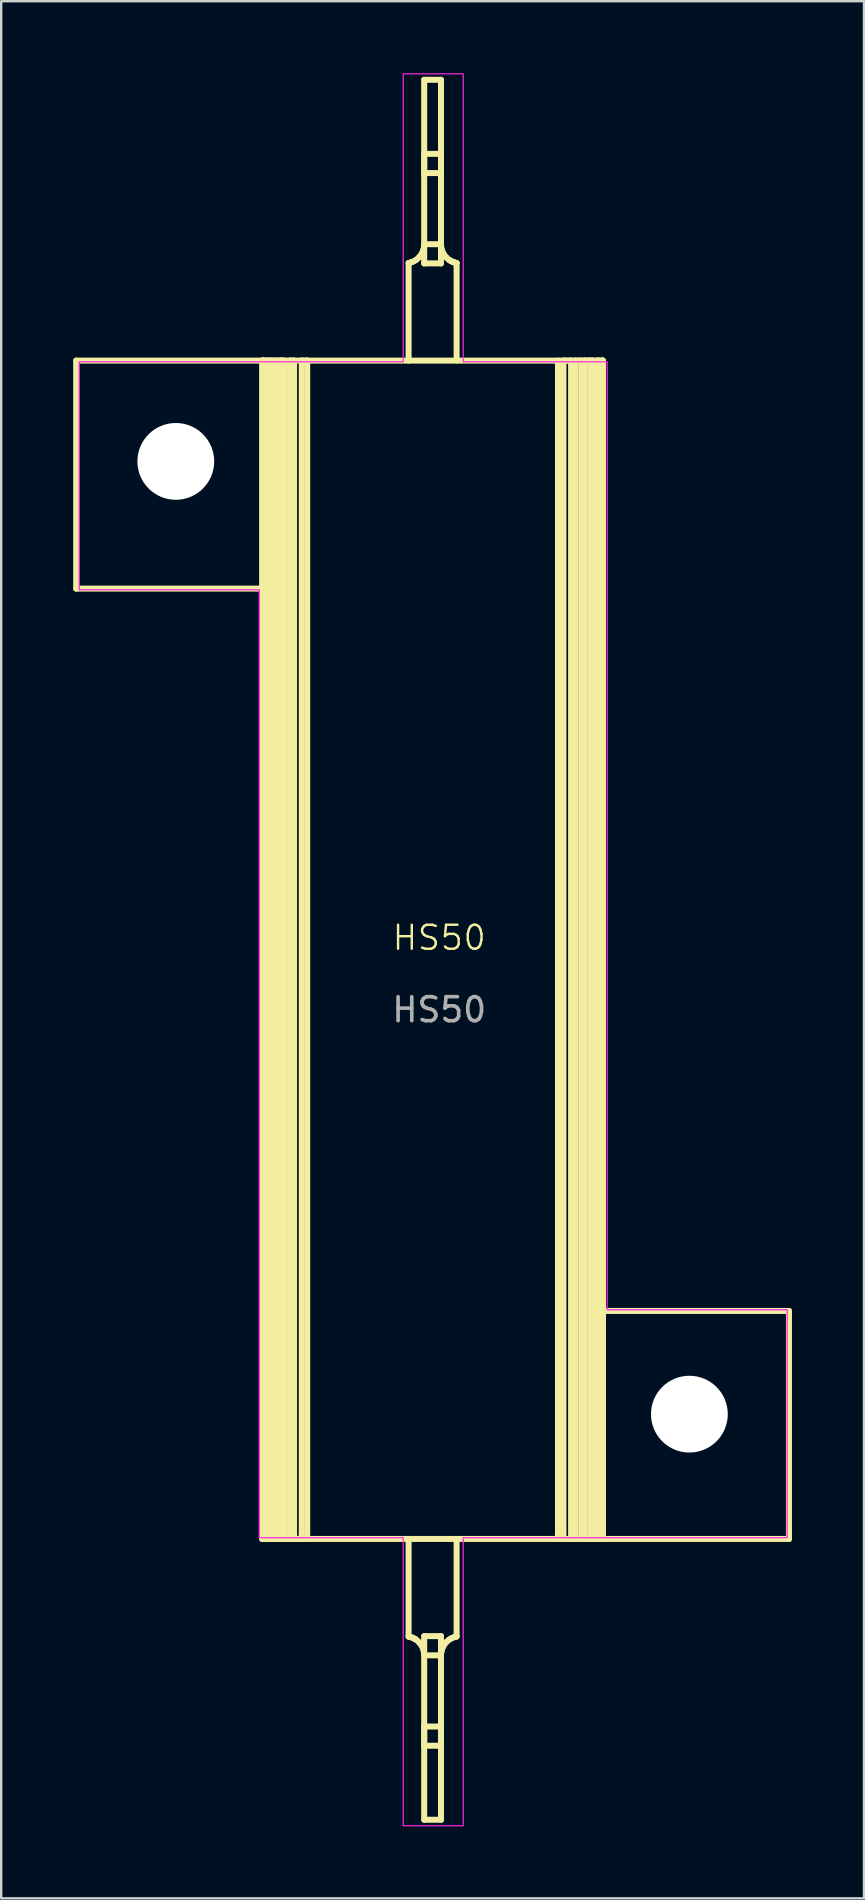
<source format=kicad_pcb>
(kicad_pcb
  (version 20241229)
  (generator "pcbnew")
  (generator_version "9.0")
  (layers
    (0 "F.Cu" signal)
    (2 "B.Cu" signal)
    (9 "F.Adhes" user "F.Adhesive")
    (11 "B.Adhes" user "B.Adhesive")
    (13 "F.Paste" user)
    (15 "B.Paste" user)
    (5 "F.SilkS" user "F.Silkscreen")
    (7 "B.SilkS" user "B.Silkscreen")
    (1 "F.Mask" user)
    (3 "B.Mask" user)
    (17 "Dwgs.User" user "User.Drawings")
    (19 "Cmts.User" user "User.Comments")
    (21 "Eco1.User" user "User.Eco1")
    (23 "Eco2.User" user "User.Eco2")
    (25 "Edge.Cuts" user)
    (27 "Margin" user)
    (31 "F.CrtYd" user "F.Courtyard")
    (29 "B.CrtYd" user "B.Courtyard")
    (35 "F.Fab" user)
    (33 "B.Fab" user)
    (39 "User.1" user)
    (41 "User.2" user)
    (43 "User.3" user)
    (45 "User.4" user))
  (footprint "HS50"
    (layer "F.Cu")
    (at 15.251 36.525)
    (property "Reference" "HS50" (at 0 -0.5 0) (unlocked yes) (layer "F.SilkS") (effects (font (size 1 1) (thickness 0.1))))
    (fp_line (start -15.126 -24.55) (end -15.126 -15.05) (stroke (width 0.25) (type default)) (layer "F.SilkS"))
    (fp_line (start -15.126 -24.55) (end 6.824 -24.55) (stroke (width 0.25) (type default)) (layer "F.SilkS"))
    (fp_line (start -7.376 -15.05) (end -15.126 -15.05) (stroke (width 0.25) (type default)) (layer "F.SilkS"))
    (fp_line (start -7.376 24.55) (end -7.376 -24.55) (stroke (width 0.25) (type default)) (layer "F.SilkS"))
    (fp_line (start -7.376 24.55) (end 14.574 24.55) (stroke (width 0.25) (type default)) (layer "F.SilkS"))
    (fp_line (start -7.358 -24.55) (end -7.376 -24.55) (stroke (width 0.25) (type default)) (layer "F.SilkS"))
    (fp_line (start -7.358 24.55) (end -7.358 -24.55) (stroke (width 0.25) (type default)) (layer "F.SilkS"))
    (fp_line (start -7.316 24.55) (end -7.358 24.55) (stroke (width 0.25) (type default)) (layer "F.SilkS"))
    (fp_line (start -7.316 24.55) (end -7.316 -24.55) (stroke (width 0.25) (type default)) (layer "F.SilkS"))
    (fp_line (start -7.204 -24.55) (end -7.316 -24.55) (stroke (width 0.25) (type default)) (layer "F.SilkS"))
    (fp_line (start -7.204 24.55) (end -7.204 -24.55) (stroke (width 0.25) (type default)) (layer "F.SilkS"))
    (fp_line (start -7.119 24.55) (end -7.204 24.55) (stroke (width 0.25) (type default)) (layer "F.SilkS"))
    (fp_line (start -7.119 24.55) (end -7.119 -24.55) (stroke (width 0.25) (type default)) (layer "F.SilkS"))
    (fp_line (start -6.962 -24.55) (end -7.119 -24.55) (stroke (width 0.25) (type default)) (layer "F.SilkS"))
    (fp_line (start -6.962 24.55) (end -6.962 -24.55) (stroke (width 0.25) (type default)) (layer "F.SilkS"))
    (fp_line (start -6.842 24.55) (end -6.962 24.55) (stroke (width 0.25) (type default)) (layer "F.SilkS"))
    (fp_line (start -6.842 24.55) (end -6.842 -24.55) (stroke (width 0.25) (type default)) (layer "F.SilkS"))
    (fp_line (start -6.609 -24.55) (end -6.842 -24.55) (stroke (width 0.25) (type default)) (layer "F.SilkS"))
    (fp_line (start -6.609 -24.55) (end -6.466 -24.55) (stroke (width 0.25) (type default)) (layer "F.SilkS"))
    (fp_line (start -6.609 24.55) (end -6.609 -24.55) (stroke (width 0.25) (type default)) (layer "F.SilkS"))
    (fp_line (start -6.609 24.55) (end -6.216 24.55) (stroke (width 0.25) (type default)) (layer "F.SilkS"))
    (fp_line (start -6.466 24.55) (end -6.609 24.55) (stroke (width 0.25) (type default)) (layer "F.SilkS"))
    (fp_line (start -6.466 24.55) (end -6.466 -24.55) (stroke (width 0.25) (type default)) (layer "F.SilkS"))
    (fp_line (start -6.216 -24.55) (end -6.047 -24.55) (stroke (width 0.25) (type default)) (layer "F.SilkS"))
    (fp_line (start -6.216 24.55) (end -6.216 -24.55) (stroke (width 0.25) (type default)) (layer "F.SilkS"))
    (fp_line (start -6.047 24.55) (end -6.047 -24.55) (stroke (width 0.25) (type default)) (layer "F.SilkS"))
    (fp_line (start -6.047 24.55) (end -5.728 24.55) (stroke (width 0.25) (type default)) (layer "F.SilkS"))
    (fp_line (start -5.728 -24.55) (end -5.5 -24.55) (stroke (width 0.25) (type default)) (layer "F.SilkS"))
    (fp_line (start -5.728 24.55) (end -5.728 -24.55) (stroke (width 0.25) (type default)) (layer "F.SilkS"))
    (fp_line (start -5.5 24.55) (end -5.5 -24.55) (stroke (width 0.25) (type default)) (layer "F.SilkS"))
    (fp_line (start -1.276 -28.614) (end -1.276 -24.55) (stroke (width 0.25) (type default)) (layer "F.SilkS"))
    (fp_line (start -1.276 28.614) (end -1.276 24.55) (stroke (width 0.25) (type default)) (layer "F.SilkS"))
    (fp_line (start -1.271 28.615) (end -1.258 28.618) (stroke (width 0.25) (type default)) (layer "F.SilkS"))
    (fp_line (start -1.258 28.618) (end -1.237 28.624) (stroke (width 0.25) (type default)) (layer "F.SilkS"))
    (fp_line (start -1.254 -28.619) (end -1.276 -28.614) (stroke (width 0.25) (type default)) (layer "F.SilkS"))
    (fp_line (start -1.237 28.624) (end -1.212 28.631) (stroke (width 0.25) (type default)) (layer "F.SilkS"))
    (fp_line (start -1.212 28.631) (end -1.181 28.64) (stroke (width 0.25) (type default)) (layer "F.SilkS"))
    (fp_line (start -1.2 -28.635) (end -1.254 -28.619) (stroke (width 0.25) (type default)) (layer "F.SilkS"))
    (fp_line (start -1.181 28.64) (end -1.148 28.652) (stroke (width 0.25) (type default)) (layer "F.SilkS"))
    (fp_line (start -1.148 28.652) (end -1.113 28.666) (stroke (width 0.25) (type default)) (layer "F.SilkS"))
    (fp_line (start -1.127 -28.66) (end -1.2 -28.635) (stroke (width 0.25) (type default)) (layer "F.SilkS"))
    (fp_line (start -1.113 28.666) (end -1.077 28.681) (stroke (width 0.25) (type default)) (layer "F.SilkS"))
    (fp_line (start -1.077 28.681) (end -1.041 28.699) (stroke (width 0.25) (type default)) (layer "F.SilkS"))
    (fp_line (start -1.047 -28.696) (end -1.127 -28.66) (stroke (width 0.25) (type default)) (layer "F.SilkS"))
    (fp_line (start -1.041 28.699) (end -1.006 28.719) (stroke (width 0.25) (type default)) (layer "F.SilkS"))
    (fp_line (start -1.006 28.719) (end -0.972 28.741) (stroke (width 0.25) (type default)) (layer "F.SilkS"))
    (fp_line (start -0.971 -28.742) (end -1.047 -28.696) (stroke (width 0.25) (type default)) (layer "F.SilkS"))
    (fp_line (start -0.691 -29.083) (end -0.726 -29.012) (stroke (width 0.25) (type default)) (layer "F.SilkS"))
    (fp_line (start -0.662 -29.157) (end -0.691 -29.083) (stroke (width 0.25) (type default)) (layer "F.SilkS"))
    (fp_line (start -0.642 -29.235) (end -0.662 -29.157) (stroke (width 0.25) (type default)) (layer "F.SilkS"))
    (fp_line (start -0.63 -29.316) (end -0.642 -29.235) (stroke (width 0.25) (type default)) (layer "F.SilkS"))
    (fp_line (start -0.626 -36.25) (end 0.074 -36.25) (stroke (width 0.25) (type default)) (layer "F.SilkS"))
    (fp_line (start -0.626 -33.165) (end 0.074 -33.165) (stroke (width 0.25) (type default)) (layer "F.SilkS"))
    (fp_line (start -0.626 -32.365) (end -0.626 -33.165) (stroke (width 0.25) (type default)) (layer "F.SilkS"))
    (fp_line (start -0.626 -32.365) (end 0.074 -32.365) (stroke (width 0.25) (type default)) (layer "F.SilkS"))
    (fp_line (start -0.626 -28.6) (end -0.626 -36.25) (stroke (width 0.25) (type default)) (layer "F.SilkS"))
    (fp_line (start -0.626 -28.6) (end 0.074 -28.6) (stroke (width 0.25) (type default)) (layer "F.SilkS"))
    (fp_line (start -0.626 28.6) (end -0.626 36.25) (stroke (width 0.25) (type default)) (layer "F.SilkS"))
    (fp_line (start -0.626 28.6) (end 0.074 28.6) (stroke (width 0.25) (type default)) (layer "F.SilkS"))
    (fp_line (start -0.626 29.4) (end 0.074 29.4) (stroke (width 0.25) (type default)) (layer "F.SilkS"))
    (fp_line (start -0.626 32.365) (end 0.074 32.365) (stroke (width 0.25) (type default)) (layer "F.SilkS"))
    (fp_line (start -0.626 33.165) (end -0.626 32.365) (stroke (width 0.25) (type default)) (layer "F.SilkS"))
    (fp_line (start -0.626 33.165) (end 0.074 33.165) (stroke (width 0.25) (type default)) (layer "F.SilkS"))
    (fp_line (start -0.626 36.25) (end 0.074 36.25) (stroke (width 0.25) (type default)) (layer "F.SilkS"))
    (fp_line (start 0.074 -33.165) (end 0.074 -32.365) (stroke (width 0.25) (type default)) (layer "F.SilkS"))
    (fp_line (start 0.074 -29.4) (end -0.626 -29.4) (stroke (width 0.25) (type default)) (layer "F.SilkS"))
    (fp_line (start 0.074 -28.6) (end 0.074 -36.25) (stroke (width 0.25) (type default)) (layer "F.SilkS"))
    (fp_line (start 0.074 28.6) (end 0.074 36.25) (stroke (width 0.25) (type default)) (layer "F.SilkS"))
    (fp_line (start 0.074 32.365) (end 0.074 33.165) (stroke (width 0.25) (type default)) (layer "F.SilkS"))
    (fp_line (start 0.079 29.316) (end 0.091 29.235) (stroke (width 0.25) (type default)) (layer "F.SilkS"))
    (fp_line (start 0.091 29.235) (end 0.111 29.157) (stroke (width 0.25) (type default)) (layer "F.SilkS"))
    (fp_line (start 0.111 29.157) (end 0.139 29.083) (stroke (width 0.25) (type default)) (layer "F.SilkS"))
    (fp_line (start 0.139 29.083) (end 0.175 29.012) (stroke (width 0.25) (type default)) (layer "F.SilkS"))
    (fp_line (start 0.419 28.742) (end 0.496 28.696) (stroke (width 0.25) (type default)) (layer "F.SilkS"))
    (fp_line (start 0.455 -28.719) (end 0.421 -28.741) (stroke (width 0.25) (type default)) (layer "F.SilkS"))
    (fp_line (start 0.49 -28.699) (end 0.455 -28.719) (stroke (width 0.25) (type default)) (layer "F.SilkS"))
    (fp_line (start 0.496 28.696) (end 0.575 28.66) (stroke (width 0.25) (type default)) (layer "F.SilkS"))
    (fp_line (start 0.526 -28.681) (end 0.49 -28.699) (stroke (width 0.25) (type default)) (layer "F.SilkS"))
    (fp_line (start 0.562 -28.666) (end 0.526 -28.681) (stroke (width 0.25) (type default)) (layer "F.SilkS"))
    (fp_line (start 0.575 28.66) (end 0.648 28.635) (stroke (width 0.25) (type default)) (layer "F.SilkS"))
    (fp_line (start 0.597 -28.652) (end 0.562 -28.666) (stroke (width 0.25) (type default)) (layer "F.SilkS"))
    (fp_line (start 0.63 -28.64) (end 0.597 -28.652) (stroke (width 0.25) (type default)) (layer "F.SilkS"))
    (fp_line (start 0.648 28.635) (end 0.703 28.619) (stroke (width 0.25) (type default)) (layer "F.SilkS"))
    (fp_line (start 0.66 -28.631) (end 0.63 -28.64) (stroke (width 0.25) (type default)) (layer "F.SilkS"))
    (fp_line (start 0.686 -28.624) (end 0.66 -28.631) (stroke (width 0.25) (type default)) (layer "F.SilkS"))
    (fp_line (start 0.703 28.619) (end 0.724 28.614) (stroke (width 0.25) (type default)) (layer "F.SilkS"))
    (fp_line (start 0.706 -28.618) (end 0.686 -28.624) (stroke (width 0.25) (type default)) (layer "F.SilkS"))
    (fp_line (start 0.72 -28.615) (end 0.706 -28.618) (stroke (width 0.25) (type default)) (layer "F.SilkS"))
    (fp_line (start 0.724 -28.614) (end 0.724 -24.55) (stroke (width 0.25) (type default)) (layer "F.SilkS"))
    (fp_line (start 0.724 28.614) (end 0.724 24.55) (stroke (width 0.25) (type default)) (layer "F.SilkS"))
    (fp_line (start 4.949 24.55) (end 4.949 -24.55) (stroke (width 0.25) (type default)) (layer "F.SilkS"))
    (fp_line (start 5.177 24.55) (end 4.949 24.55) (stroke (width 0.25) (type default)) (layer "F.SilkS"))
    (fp_line (start 5.177 24.55) (end 5.177 -24.55) (stroke (width 0.25) (type default)) (layer "F.SilkS"))
    (fp_line (start 5.495 -24.55) (end 5.177 -24.55) (stroke (width 0.25) (type default)) (layer "F.SilkS"))
    (fp_line (start 5.495 24.55) (end 5.495 -24.55) (stroke (width 0.25) (type default)) (layer "F.SilkS"))
    (fp_line (start 5.665 24.55) (end 5.495 24.55) (stroke (width 0.25) (type default)) (layer "F.SilkS"))
    (fp_line (start 5.665 24.55) (end 5.665 -24.55) (stroke (width 0.25) (type default)) (layer "F.SilkS"))
    (fp_line (start 5.915 -24.55) (end 5.665 -24.55) (stroke (width 0.25) (type default)) (layer "F.SilkS"))
    (fp_line (start 5.915 24.55) (end 5.915 -24.55) (stroke (width 0.25) (type default)) (layer "F.SilkS"))
    (fp_line (start 6.058 24.55) (end 5.915 24.55) (stroke (width 0.25) (type default)) (layer "F.SilkS"))
    (fp_line (start 6.058 24.55) (end 6.058 -24.55) (stroke (width 0.25) (type default)) (layer "F.SilkS"))
    (fp_line (start 6.291 -24.55) (end 6.058 -24.55) (stroke (width 0.25) (type default)) (layer "F.SilkS"))
    (fp_line (start 6.291 -24.55) (end 6.41 -24.55) (stroke (width 0.25) (type default)) (layer "F.SilkS"))
    (fp_line (start 6.291 24.55) (end 6.291 -24.55) (stroke (width 0.25) (type default)) (layer "F.SilkS"))
    (fp_line (start 6.291 24.55) (end 6.568 24.55) (stroke (width 0.25) (type default)) (layer "F.SilkS"))
    (fp_line (start 6.41 24.55) (end 6.291 24.55) (stroke (width 0.25) (type default)) (layer "F.SilkS"))
    (fp_line (start 6.41 24.55) (end 6.41 -24.55) (stroke (width 0.25) (type default)) (layer "F.SilkS"))
    (fp_line (start 6.568 -24.55) (end 6.652 -24.55) (stroke (width 0.25) (type default)) (layer "F.SilkS"))
    (fp_line (start 6.568 24.55) (end 6.568 -24.55) (stroke (width 0.25) (type default)) (layer "F.SilkS"))
    (fp_line (start 6.652 24.55) (end 6.652 -24.55) (stroke (width 0.25) (type default)) (layer "F.SilkS"))
    (fp_line (start 6.652 24.55) (end 6.765 24.55) (stroke (width 0.25) (type default)) (layer "F.SilkS"))
    (fp_line (start 6.765 -24.55) (end 6.807 -24.55) (stroke (width 0.25) (type default)) (layer "F.SilkS"))
    (fp_line (start 6.765 24.55) (end 6.765 -24.55) (stroke (width 0.25) (type default)) (layer "F.SilkS"))
    (fp_line (start 6.807 24.55) (end 6.807 -24.55) (stroke (width 0.25) (type default)) (layer "F.SilkS"))
    (fp_line (start 6.807 24.55) (end 6.824 24.55) (stroke (width 0.25) (type default)) (layer "F.SilkS"))
    (fp_line (start 6.824 15.05) (end 14.574 15.05) (stroke (width 0.25) (type default)) (layer "F.SilkS"))
    (fp_line (start 6.824 24.55) (end 6.824 -24.55) (stroke (width 0.25) (type default)) (layer "F.SilkS"))
    (fp_line (start 14.574 15.05) (end 14.574 24.55) (stroke (width 0.25) (type default)) (layer "F.SilkS"))
    (fp_curve (pts (xy -1.276 28.614) (xy -1.275 28.614) (xy -1.274 28.615) (xy -1.271 28.615)) (stroke (width 0.25) (type default)) (layer "F.SilkS"))
    (fp_curve (pts (xy -0.972 28.741) (xy -0.928 28.772) (xy -0.882 28.811) (xy -0.839 28.857)) (stroke (width 0.25) (type default)) (layer "F.SilkS"))
    (fp_curve (pts (xy -0.839 28.857) (xy -0.798 28.902) (xy -0.759 28.953) (xy -0.727 29.01)) (stroke (width 0.25) (type default)) (layer "F.SilkS"))
    (fp_curve (pts (xy -0.838 -28.858) (xy -0.88 -28.812) (xy -0.926 -28.773) (xy -0.971 -28.742)) (stroke (width 0.25) (type default)) (layer "F.SilkS"))
    (fp_curve (pts (xy -0.727 29.01) (xy -0.694 29.067) (xy -0.667 29.13) (xy -0.651 29.195)) (stroke (width 0.25) (type default)) (layer "F.SilkS"))
    (fp_curve (pts (xy -0.726 -29.012) (xy -0.758 -28.955) (xy -0.797 -28.903) (xy -0.838 -28.858)) (stroke (width 0.25) (type default)) (layer "F.SilkS"))
    (fp_curve (pts (xy -0.651 29.195) (xy -0.635 29.261) (xy -0.63 29.331) (xy -0.626 29.4)) (stroke (width 0.25) (type default)) (layer "F.SilkS"))
    (fp_curve (pts (xy -0.626 -29.4) (xy -0.626 -29.372) (xy -0.627 -29.344) (xy -0.63 -29.316)) (stroke (width 0.25) (type default)) (layer "F.SilkS"))
    (fp_curve (pts (xy 0.074 29.4) (xy 0.075 29.372) (xy 0.076 29.344) (xy 0.079 29.316)) (stroke (width 0.25) (type default)) (layer "F.SilkS"))
    (fp_curve (pts (xy 0.1 -29.195) (xy 0.084 -29.261) (xy 0.079 -29.331) (xy 0.074 -29.4)) (stroke (width 0.25) (type default)) (layer "F.SilkS"))
    (fp_curve (pts (xy 0.175 29.012) (xy 0.207 28.955) (xy 0.245 28.903) (xy 0.287 28.858)) (stroke (width 0.25) (type default)) (layer "F.SilkS"))
    (fp_curve (pts (xy 0.176 -29.01) (xy 0.143 -29.067) (xy 0.116 -29.13) (xy 0.1 -29.195)) (stroke (width 0.25) (type default)) (layer "F.SilkS"))
    (fp_curve (pts (xy 0.287 28.858) (xy 0.329 28.812) (xy 0.375 28.773) (xy 0.419 28.742)) (stroke (width 0.25) (type default)) (layer "F.SilkS"))
    (fp_curve (pts (xy 0.288 -28.857) (xy 0.246 -28.902) (xy 0.208 -28.953) (xy 0.176 -29.01)) (stroke (width 0.25) (type default)) (layer "F.SilkS"))
    (fp_curve (pts (xy 0.421 -28.741) (xy 0.376 -28.772) (xy 0.33 -28.811) (xy 0.288 -28.857)) (stroke (width 0.25) (type default)) (layer "F.SilkS"))
    (fp_curve (pts (xy 0.724 -28.614) (xy 0.723 -28.614) (xy 0.723 -28.615) (xy 0.72 -28.615)) (stroke (width 0.25) (type default)) (layer "F.SilkS"))
    (fp_poly (pts (xy -7.5 -15) (xy -15 -15) (xy -15 -24.5) (xy -1.5 -24.5) (xy -1.5 -36.5) (xy 1 -36.5) (xy 1 -24.5) (xy 7 -24.5) (xy 7 15) (xy 14.5 15) (xy 14.5 24.5) (xy 1 24.5) (xy 1 36.5) (xy -1.5 36.5) (xy -1.5 24.5) (xy -7.5 24.5)) (stroke (width 0.05) (type solid)) (fill no) (layer "F.CrtYd"))
    (fp_text user "${REFERENCE}" (at 0 2.5 0) (unlocked yes) (layer "F.Fab") (effects (font (size 1 1) (thickness 0.15))))
    (pad "" np_thru_hole circle (at -10.976 -20.35) (size 3.2 3.2) (drill 3.2) (layers "*.Cu" "*.Mask"))
    (pad "" np_thru_hole circle (at 10.424 19.35) (size 3.2 3.2) (drill 3.2) (layers "*.Cu" "*.Mask")))
  (gr_rect
    (start -3 -3)
    (end 32.95 76.05)
    (stroke (width 0.1) (type default))
    (fill no)
    (layer "Edge.Cuts")))
</source>
